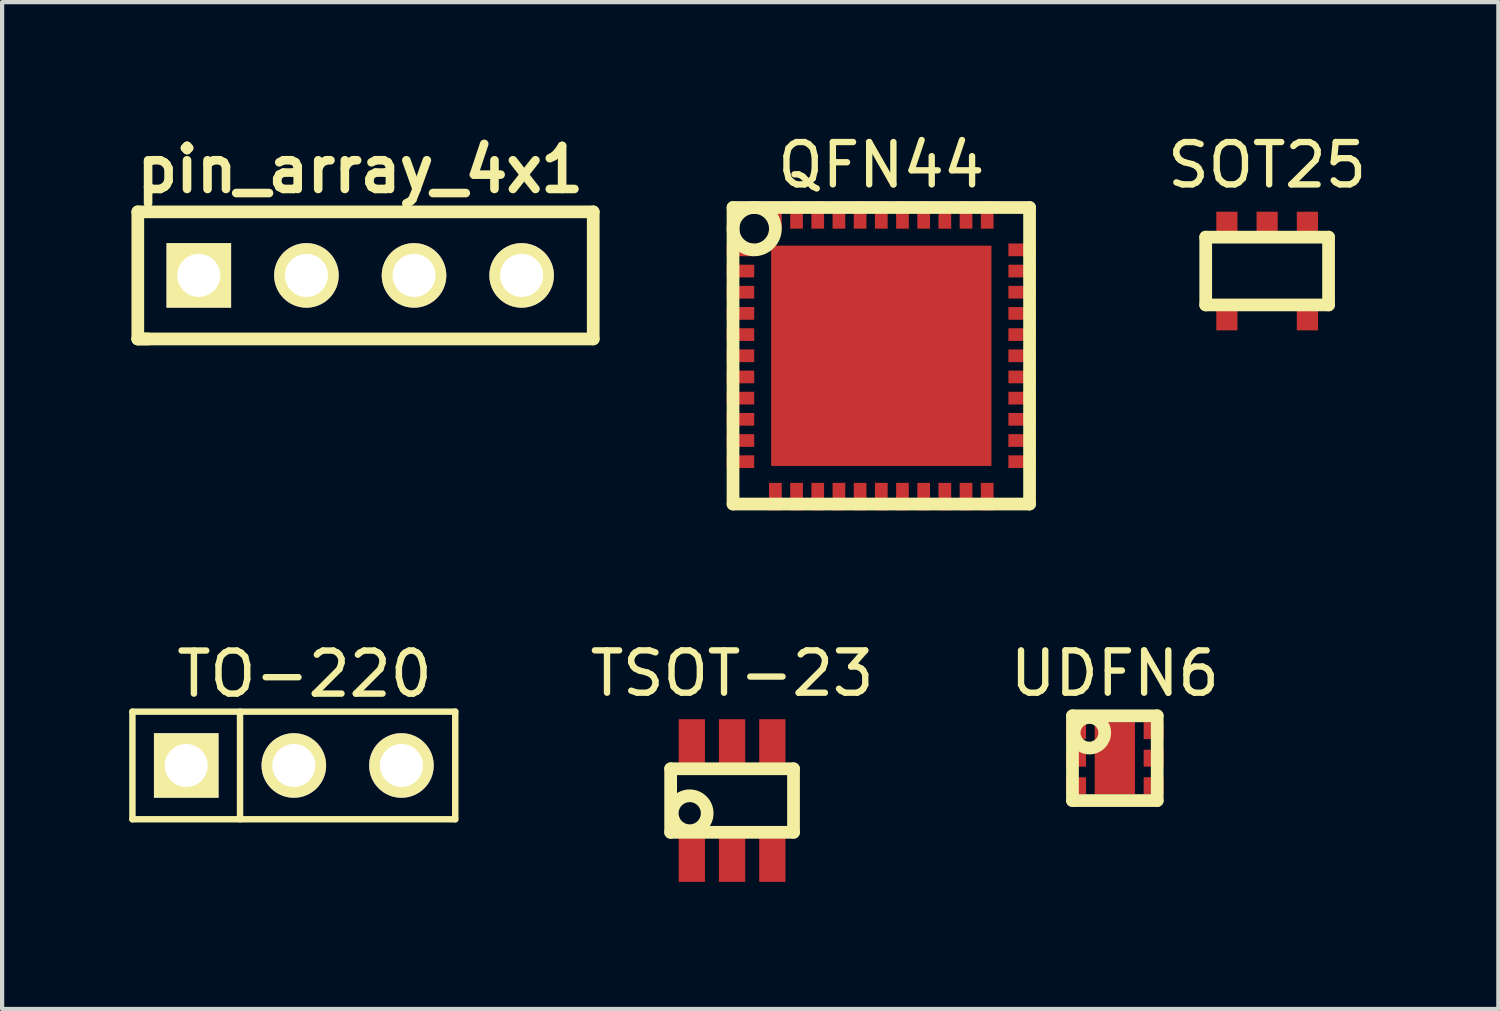
<source format=kicad_pcb>
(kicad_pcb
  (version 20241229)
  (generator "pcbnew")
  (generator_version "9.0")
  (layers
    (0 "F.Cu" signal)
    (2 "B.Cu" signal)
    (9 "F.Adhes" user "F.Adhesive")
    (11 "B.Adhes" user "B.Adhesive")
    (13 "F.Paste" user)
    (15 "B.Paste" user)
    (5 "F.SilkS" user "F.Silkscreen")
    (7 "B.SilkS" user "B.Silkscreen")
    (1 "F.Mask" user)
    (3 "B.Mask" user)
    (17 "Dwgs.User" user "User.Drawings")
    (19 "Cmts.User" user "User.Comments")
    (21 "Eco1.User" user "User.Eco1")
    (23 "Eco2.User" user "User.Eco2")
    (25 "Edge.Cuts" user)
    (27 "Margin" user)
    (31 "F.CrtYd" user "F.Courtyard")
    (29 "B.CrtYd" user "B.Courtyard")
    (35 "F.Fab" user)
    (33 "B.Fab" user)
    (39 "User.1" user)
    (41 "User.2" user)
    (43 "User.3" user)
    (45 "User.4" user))
  (footprint "QFN44"
    (layer "F.Cu")
    (at 17.753 5.348)
    (property "Reference" "QFN44" (at 0 -4.5 0) (layer "F.SilkS") (effects (font (size 1 1) (thickness 0.15))))
    (attr through_hole)
    (fp_line (start -3.5 -3.5) (end -3.5 3.5) (stroke (width 0.3) (type solid)) (layer "F.SilkS"))
    (fp_line (start -3.5 3.5) (end 3.5 3.5) (stroke (width 0.3) (type solid)) (layer "F.SilkS"))
    (fp_line (start 3.5 -3.5) (end -3.5 -3.5) (stroke (width 0.3) (type solid)) (layer "F.SilkS"))
    (fp_line (start 3.5 3.5) (end 3.5 -3.5) (stroke (width 0.3) (type solid)) (layer "F.SilkS"))
    (fp_circle (center -3 -3) (end -3 -2.5) (stroke (width 0.3) (type solid)) (fill no) (layer "F.SilkS"))
    (pad "1" smd rect (at -3.325 -2.5 180) (size 0.65 0.3) (layers "F.Cu" "F.Mask" "F.Paste"))
    (pad "2" smd rect (at -3.325 -2 180) (size 0.65 0.3) (layers "F.Cu" "F.Mask" "F.Paste"))
    (pad "3" smd rect (at -3.325 -1.5 180) (size 0.65 0.3) (layers "F.Cu" "F.Mask" "F.Paste"))
    (pad "4" smd rect (at -3.325 -1 180) (size 0.65 0.3) (layers "F.Cu" "F.Mask" "F.Paste"))
    (pad "5" smd rect (at -3.325 -0.5 180) (size 0.65 0.3) (layers "F.Cu" "F.Mask" "F.Paste"))
    (pad "6" smd rect (at -3.325 0 180) (size 0.65 0.3) (layers "F.Cu" "F.Mask" "F.Paste"))
    (pad "7" smd rect (at -3.325 0.5 180) (size 0.65 0.3) (layers "F.Cu" "F.Mask" "F.Paste"))
    (pad "8" smd rect (at -3.325 1 180) (size 0.65 0.3) (layers "F.Cu" "F.Mask" "F.Paste"))
    (pad "9" smd rect (at -3.325 1.5 180) (size 0.65 0.3) (layers "F.Cu" "F.Mask" "F.Paste"))
    (pad "10" smd rect (at -3.325 2 180) (size 0.65 0.3) (layers "F.Cu" "F.Mask" "F.Paste"))
    (pad "11" smd rect (at -3.325 2.5 180) (size 0.65 0.3) (layers "F.Cu" "F.Mask" "F.Paste"))
    (pad "12" smd rect (at -2.5 3.325) (size 0.3 0.65) (layers "F.Cu" "F.Mask" "F.Paste"))
    (pad "13" smd rect (at -2 3.325) (size 0.3 0.65) (layers "F.Cu" "F.Mask" "F.Paste"))
    (pad "14" smd rect (at -1.5 3.325) (size 0.3 0.65) (layers "F.Cu" "F.Mask" "F.Paste"))
    (pad "15" smd rect (at -1 3.325) (size 0.3 0.65) (layers "F.Cu" "F.Mask" "F.Paste"))
    (pad "16" smd rect (at -0.5 3.325) (size 0.3 0.65) (layers "F.Cu" "F.Mask" "F.Paste"))
    (pad "17" smd rect (at 0 3.325) (size 0.3 0.65) (layers "F.Cu" "F.Mask" "F.Paste"))
    (pad "18" smd rect (at 0.5 3.325) (size 0.3 0.65) (layers "F.Cu" "F.Mask" "F.Paste"))
    (pad "19" smd rect (at 1 3.325) (size 0.3 0.65) (layers "F.Cu" "F.Mask" "F.Paste"))
    (pad "20" smd rect (at 1.5 3.325) (size 0.3 0.65) (layers "F.Cu" "F.Mask" "F.Paste"))
    (pad "21" smd rect (at 2 3.325) (size 0.3 0.65) (layers "F.Cu" "F.Mask" "F.Paste"))
    (pad "22" smd rect (at 2.5 3.325) (size 0.3 0.65) (layers "F.Cu" "F.Mask" "F.Paste"))
    (pad "23" smd rect (at 3.325 2.5) (size 0.65 0.3) (layers "F.Cu" "F.Mask" "F.Paste"))
    (pad "24" smd rect (at 3.325 2) (size 0.65 0.3) (layers "F.Cu" "F.Mask" "F.Paste"))
    (pad "25" smd rect (at 3.325 1.5) (size 0.65 0.3) (layers "F.Cu" "F.Mask" "F.Paste"))
    (pad "26" smd rect (at 3.325 1) (size 0.65 0.3) (layers "F.Cu" "F.Mask" "F.Paste"))
    (pad "27" smd rect (at 3.325 0.5) (size 0.65 0.3) (layers "F.Cu" "F.Mask" "F.Paste"))
    (pad "28" smd rect (at 3.325 0) (size 0.65 0.3) (layers "F.Cu" "F.Mask" "F.Paste"))
    (pad "29" smd rect (at 3.325 -0.5) (size 0.65 0.3) (layers "F.Cu" "F.Mask" "F.Paste"))
    (pad "30" smd rect (at 3.325 -1) (size 0.65 0.3) (layers "F.Cu" "F.Mask" "F.Paste"))
    (pad "31" smd rect (at 3.325 -1.5) (size 0.65 0.3) (layers "F.Cu" "F.Mask" "F.Paste"))
    (pad "32" smd rect (at 3.325 -2) (size 0.65 0.3) (layers "F.Cu" "F.Mask" "F.Paste"))
    (pad "33" smd rect (at 3.325 -2.5) (size 0.65 0.3) (layers "F.Cu" "F.Mask" "F.Paste"))
    (pad "34" smd rect (at 2.5 -3.325) (size 0.3 0.65) (layers "F.Cu" "F.Mask" "F.Paste"))
    (pad "35" smd rect (at 2 -3.325) (size 0.3 0.65) (layers "F.Cu" "F.Mask" "F.Paste"))
    (pad "36" smd rect (at 1.5 -3.325) (size 0.3 0.65) (layers "F.Cu" "F.Mask" "F.Paste"))
    (pad "37" smd rect (at 1 -3.325) (size 0.3 0.65) (layers "F.Cu" "F.Mask" "F.Paste"))
    (pad "38" smd rect (at 0.5 -3.325) (size 0.3 0.65) (layers "F.Cu" "F.Mask" "F.Paste"))
    (pad "39" smd rect (at 0 -3.325) (size 0.3 0.65) (layers "F.Cu" "F.Mask" "F.Paste"))
    (pad "40" smd rect (at -0.5 -3.325) (size 0.3 0.65) (layers "F.Cu" "F.Mask" "F.Paste"))
    (pad "41" smd rect (at -1 -3.325) (size 0.3 0.65) (layers "F.Cu" "F.Mask" "F.Paste"))
    (pad "42" smd rect (at -1.5 -3.325) (size 0.3 0.65) (layers "F.Cu" "F.Mask" "F.Paste"))
    (pad "43" smd rect (at -2 -3.325) (size 0.3 0.65) (layers "F.Cu" "F.Mask" "F.Paste"))
    (pad "44" smd rect (at -2.5 -3.325) (size 0.3 0.65) (layers "F.Cu" "F.Mask" "F.Paste"))
    (pad "45" smd rect (at 0 0) (size 5.2 5.2) (layers "F.Cu" "F.Mask" "F.Paste")))
  (footprint "UDFN6"
    (layer "F.Cu")
    (at 23.266 14.847)
    (property "Reference" "UDFN6" (at 0 -2 0) (layer "F.SilkS") (effects (font (size 1 1) (thickness 0.15))))
    (attr through_hole)
    (fp_line (start -1 -1) (end -1 1) (stroke (width 0.3) (type solid)) (layer "F.SilkS"))
    (fp_line (start -1 1) (end 1 1) (stroke (width 0.3) (type solid)) (layer "F.SilkS"))
    (fp_line (start 1 -1) (end -1 -1) (stroke (width 0.3) (type solid)) (layer "F.SilkS"))
    (fp_line (start 1 1) (end 1 -1) (stroke (width 0.3) (type solid)) (layer "F.SilkS"))
    (fp_circle (center -0.6 -0.6) (end -0.3 -0.4) (stroke (width 0.3) (type solid)) (fill no) (layer "F.SilkS"))
    (pad "1" smd rect (at -0.915 -0.65) (size 0.47 0.4) (layers "F.Cu" "F.Mask" "F.Paste"))
    (pad "2" smd rect (at -0.915 0) (size 0.47 0.4) (layers "F.Cu" "F.Mask" "F.Paste"))
    (pad "3" smd rect (at -0.915 0.65) (size 0.47 0.4) (layers "F.Cu" "F.Mask" "F.Paste"))
    (pad "4" smd rect (at 0.915 0.65) (size 0.47 0.4) (layers "F.Cu" "F.Mask" "F.Paste"))
    (pad "5" smd rect (at 0.915 0) (size 0.47 0.4) (layers "F.Cu" "F.Mask" "F.Paste"))
    (pad "6" smd rect (at 0.915 -0.65) (size 0.47 0.4) (layers "F.Cu" "F.Mask" "F.Paste"))
    (pad "7" smd rect (at 0 0) (size 0.95 1.7) (layers "F.Cu" "F.Mask" "F.Paste")))
  (footprint "SOT25"
    (layer "F.Cu")
    (at 26.861 3.348)
    (property "Reference" "SOT25" (at 0 -2.5 0) (layer "F.SilkS") (effects (font (size 1 1) (thickness 0.15))))
    (attr through_hole)
    (fp_line (start -1.45 -0.8) (end -1.45 0.8) (stroke (width 0.3) (type solid)) (layer "F.SilkS"))
    (fp_line (start -1.45 0.8) (end 1.45 0.8) (stroke (width 0.3) (type solid)) (layer "F.SilkS"))
    (fp_line (start 1.45 -0.8) (end -1.45 -0.8) (stroke (width 0.3) (type solid)) (layer "F.SilkS"))
    (fp_line (start 1.45 0.8) (end 1.45 -0.8) (stroke (width 0.3) (type solid)) (layer "F.SilkS"))
    (pad "1" smd rect (at 0.95 -1.1) (size 0.5 0.6) (layers "F.Cu" "F.Mask" "F.Paste"))
    (pad "2" smd rect (at 0 -1.1) (size 0.5 0.6) (layers "F.Cu" "F.Mask" "F.Paste"))
    (pad "3" smd rect (at -0.95 -1.1) (size 0.5 0.6) (layers "F.Cu" "F.Mask" "F.Paste"))
    (pad "4" smd rect (at -0.95 1.1) (size 0.5 0.6) (layers "F.Cu" "F.Mask" "F.Paste"))
    (pad "5" smd rect (at 0.95 1.1) (size 0.5 0.6) (layers "F.Cu" "F.Mask" "F.Paste")))
  (footprint "TSOT-23"
    (layer "F.Cu")
    (at 14.231 15.847)
    (property "Reference" "TSOT-23" (at 0 -3 0) (layer "F.SilkS") (effects (font (size 1 1) (thickness 0.15))))
    (attr through_hole)
    (fp_line (start -1.45 -0.75) (end -1.45 0.75) (stroke (width 0.3) (type solid)) (layer "F.SilkS"))
    (fp_line (start -1.45 0.75) (end 1.45 0.75) (stroke (width 0.3) (type solid)) (layer "F.SilkS"))
    (fp_line (start 1.45 -0.75) (end -1.45 -0.75) (stroke (width 0.3) (type solid)) (layer "F.SilkS"))
    (fp_line (start 1.45 0.75) (end 1.45 -0.75) (stroke (width 0.3) (type solid)) (layer "F.SilkS"))
    (fp_circle (center -1 0.3) (end -0.6 0.2) (stroke (width 0.3) (type solid)) (fill no) (layer "F.SilkS"))
    (pad "1" smd rect (at -0.95 1.31) (size 0.62 1.22) (layers "F.Cu" "F.Mask" "F.Paste"))
    (pad "2" smd rect (at 0 1.31) (size 0.62 1.22) (layers "F.Cu" "F.Mask" "F.Paste"))
    (pad "3" smd rect (at 0.95 1.31) (size 0.62 1.22) (layers "F.Cu" "F.Mask" "F.Paste"))
    (pad "4" smd rect (at 0.95 -1.31) (size 0.62 1.22) (layers "F.Cu" "F.Mask" "F.Paste"))
    (pad "5" smd rect (at 0 -1.31) (size 0.62 1.22) (layers "F.Cu" "F.Mask" "F.Paste"))
    (pad "6" smd rect (at -0.95 -1.31) (size 0.62 1.22) (layers "F.Cu" "F.Mask" "F.Paste")))
  (footprint "TO-220"
    (layer "F.Cu")
    (at 3.886 15.019)
    (property "Reference" "TO-220" (at 0.254 -2.159 0) (layer "F.SilkS") (effects (font (size 1.016 1.016) (thickness 0.152))))
    (attr through_hole)
    (fp_line (start -3.81 -1.27) (end 3.81 -1.27) (stroke (width 0.152) (type solid)) (layer "F.SilkS"))
    (fp_line (start -3.81 1.27) (end -3.81 -1.27) (stroke (width 0.152) (type solid)) (layer "F.SilkS"))
    (fp_line (start -1.27 -1.27) (end -1.27 1.27) (stroke (width 0.152) (type solid)) (layer "F.SilkS"))
    (fp_line (start 3.81 -1.27) (end 3.81 1.27) (stroke (width 0.152) (type solid)) (layer "F.SilkS"))
    (fp_line (start 3.81 1.27) (end -3.81 1.27) (stroke (width 0.152) (type solid)) (layer "F.SilkS"))
    (pad "1" thru_hole rect (at -2.54 0) (size 1.524 1.524) (drill 1.016) (layers "*.Cu" "*.Mask" "F.SilkS"))
    (pad "2" thru_hole circle (at 0 0) (size 1.524 1.524) (drill 1.016) (layers "*.Cu" "*.Mask" "F.SilkS"))
    (pad "3" thru_hole circle (at 2.54 0) (size 1.524 1.524) (drill 1.016) (layers "*.Cu" "*.Mask" "F.SilkS")))
  (footprint "pin_array_4x1"
    (layer "F.Cu")
    (at 5.453 3.451)
    (property "Reference" "pin_array_4x1" (at 0 -2.5 0) (layer "F.SilkS") (effects (font (size 1.016 1.016) (thickness 0.203))))
    (attr through_hole)
    (fp_line (start -5.25 -1.5) (end 5.5 -1.5) (stroke (width 0.3) (type solid)) (layer "F.SilkS"))
    (fp_line (start -5.25 1.5) (end -5.25 -1.5) (stroke (width 0.3) (type solid)) (layer "F.SilkS"))
    (fp_line (start -5.25 1.5) (end -5 1.5) (stroke (width 0.3) (type solid)) (layer "F.SilkS"))
    (fp_line (start 5.5 1.5) (end -5.25 1.5) (stroke (width 0.3) (type solid)) (layer "F.SilkS"))
    (fp_line (start 5.5 1.5) (end 5.5 -1.5) (stroke (width 0.3) (type solid)) (layer "F.SilkS"))
    (pad "1" thru_hole rect (at -3.81 0) (size 1.524 1.524) (drill 1.016) (layers "*.Cu" "*.Mask" "F.SilkS"))
    (pad "2" thru_hole circle (at -1.27 0) (size 1.524 1.524) (drill 1.016) (layers "*.Cu" "*.Mask" "F.SilkS"))
    (pad "3" thru_hole circle (at 1.27 0) (size 1.524 1.524) (drill 1.016) (layers "*.Cu" "*.Mask" "F.SilkS"))
    (pad "4" thru_hole circle (at 3.81 0) (size 1.524 1.524) (drill 1.016) (layers "*.Cu" "*.Mask" "F.SilkS")))
  (gr_rect
    (start -3 -3)
    (end 32.319 20.767)
    (stroke (width 0.1) (type default))
    (fill no)
    (layer "Edge.Cuts")))
</source>
